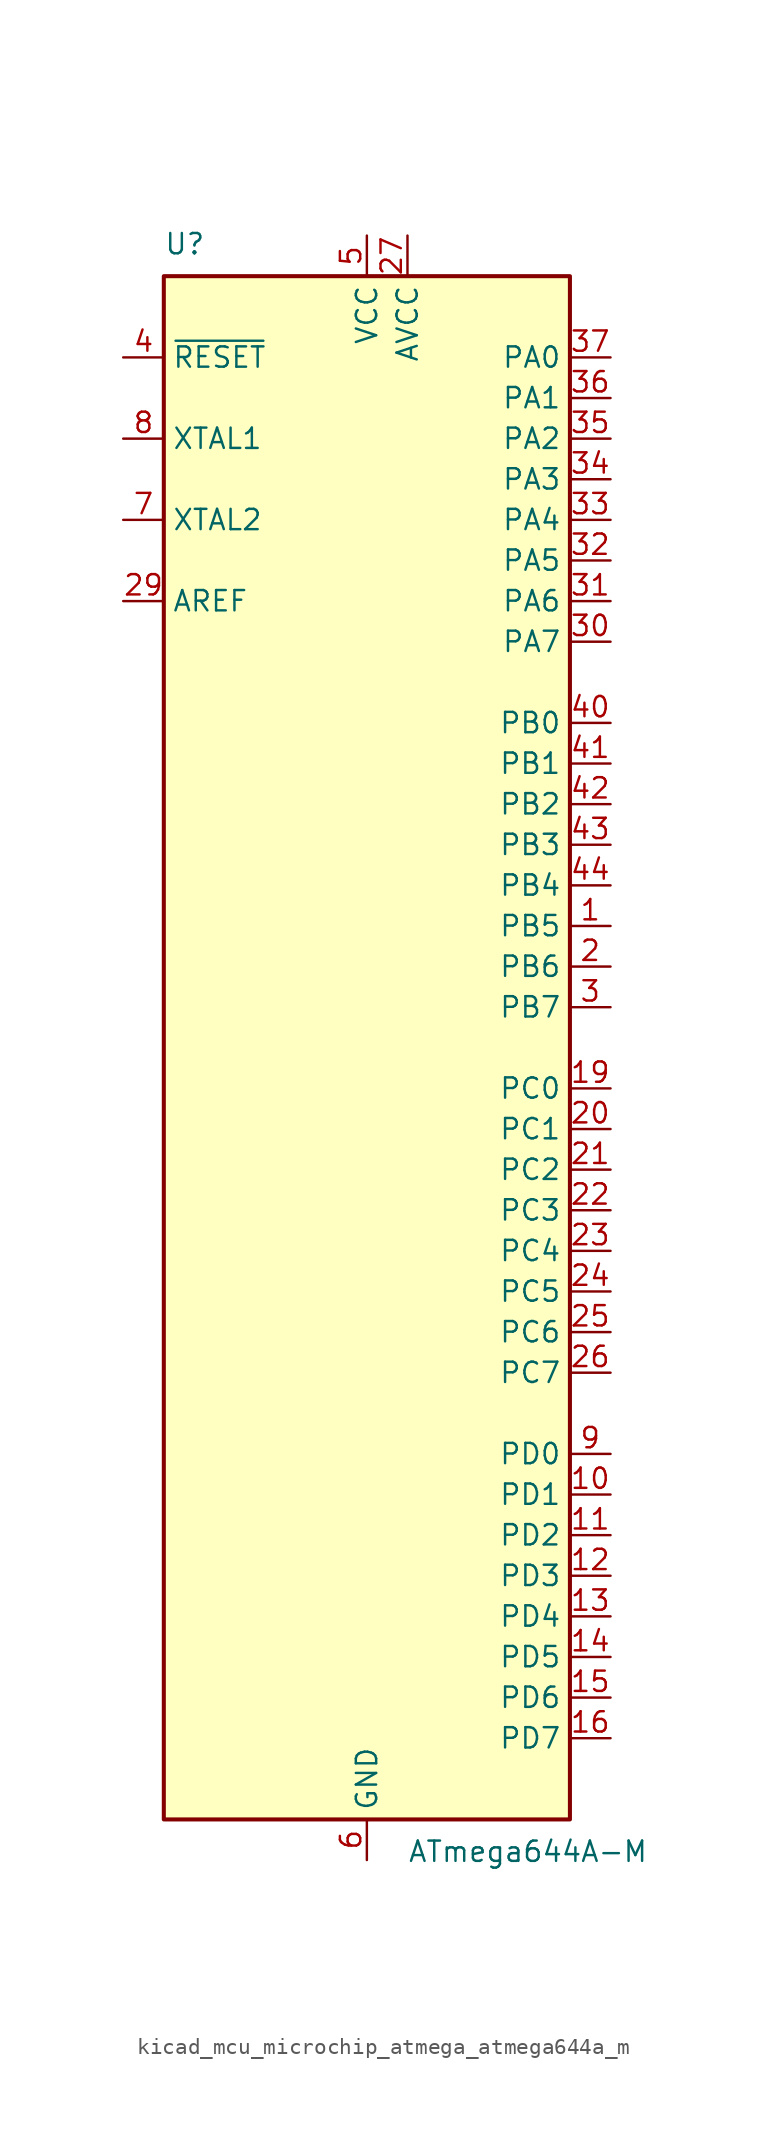
<source format=kicad_sym>
(kicad_symbol_lib
  (version 20220914)
  (generator kicad_symbol_editor)
  (symbol "kicad_mcu_microchip_atmega_atmega644a_m"
    (property "Reference" "U"
      (at -12.7 49.53 0)
      (effects (font (size 1.27 1.27)) (justify left bottom)))
    (property "Value" "ATmega644A-M"
      (at 2.54 -49.53 0)
      (effects (font (size 1.27 1.27)) (justify left top)))
    (symbol "kicad_mcu_microchip_atmega_atmega644a_m_0_1"
      (rectangle (start -12.7 -48.26) (end 12.7 48.26) (stroke (width 0.254) (type default)) (fill (type background))))
    (symbol "kicad_mcu_microchip_atmega_atmega644a_m_1_1"
      (pin bidirectional line (at 15.24 7.62 180) (length 2.54) (name "PB5" (effects (font (size 1.27 1.27)))) (number "1" (effects (font (size 1.27 1.27)))))
      (pin bidirectional line (at 15.24 -27.94 180) (length 2.54) (name "PD1" (effects (font (size 1.27 1.27)))) (number "10" (effects (font (size 1.27 1.27)))))
      (pin bidirectional line (at 15.24 -30.48 180) (length 2.54) (name "PD2" (effects (font (size 1.27 1.27)))) (number "11" (effects (font (size 1.27 1.27)))))
      (pin bidirectional line (at 15.24 -33.02 180) (length 2.54) (name "PD3" (effects (font (size 1.27 1.27)))) (number "12" (effects (font (size 1.27 1.27)))))
      (pin bidirectional line (at 15.24 -35.56 180) (length 2.54) (name "PD4" (effects (font (size 1.27 1.27)))) (number "13" (effects (font (size 1.27 1.27)))))
      (pin bidirectional line (at 15.24 -38.1 180) (length 2.54) (name "PD5" (effects (font (size 1.27 1.27)))) (number "14" (effects (font (size 1.27 1.27)))))
      (pin bidirectional line (at 15.24 -40.64 180) (length 2.54) (name "PD6" (effects (font (size 1.27 1.27)))) (number "15" (effects (font (size 1.27 1.27)))))
      (pin bidirectional line (at 15.24 -43.18 180) (length 2.54) (name "PD7" (effects (font (size 1.27 1.27)))) (number "16" (effects (font (size 1.27 1.27)))))
      (pin passive line (at 0 50.8 270) (length 2.54) hide (name "VCC" (effects (font (size 1.27 1.27)))) (number "17" (effects (font (size 1.27 1.27)))))
      (pin passive line (at 0 -50.8 90) (length 2.54) hide (name "GND" (effects (font (size 1.27 1.27)))) (number "18" (effects (font (size 1.27 1.27)))))
      (pin bidirectional line (at 15.24 -2.54 180) (length 2.54) (name "PC0" (effects (font (size 1.27 1.27)))) (number "19" (effects (font (size 1.27 1.27)))))
      (pin bidirectional line (at 15.24 5.08 180) (length 2.54) (name "PB6" (effects (font (size 1.27 1.27)))) (number "2" (effects (font (size 1.27 1.27)))))
      (pin bidirectional line (at 15.24 -5.08 180) (length 2.54) (name "PC1" (effects (font (size 1.27 1.27)))) (number "20" (effects (font (size 1.27 1.27)))))
      (pin bidirectional line (at 15.24 -7.62 180) (length 2.54) (name "PC2" (effects (font (size 1.27 1.27)))) (number "21" (effects (font (size 1.27 1.27)))))
      (pin bidirectional line (at 15.24 -10.16 180) (length 2.54) (name "PC3" (effects (font (size 1.27 1.27)))) (number "22" (effects (font (size 1.27 1.27)))))
      (pin bidirectional line (at 15.24 -12.7 180) (length 2.54) (name "PC4" (effects (font (size 1.27 1.27)))) (number "23" (effects (font (size 1.27 1.27)))))
      (pin bidirectional line (at 15.24 -15.24 180) (length 2.54) (name "PC5" (effects (font (size 1.27 1.27)))) (number "24" (effects (font (size 1.27 1.27)))))
      (pin bidirectional line (at 15.24 -17.78 180) (length 2.54) (name "PC6" (effects (font (size 1.27 1.27)))) (number "25" (effects (font (size 1.27 1.27)))))
      (pin bidirectional line (at 15.24 -20.32 180) (length 2.54) (name "PC7" (effects (font (size 1.27 1.27)))) (number "26" (effects (font (size 1.27 1.27)))))
      (pin power_in line (at 2.54 50.8 270) (length 2.54) (name "AVCC" (effects (font (size 1.27 1.27)))) (number "27" (effects (font (size 1.27 1.27)))))
      (pin passive line (at 0 -50.8 90) (length 2.54) hide (name "GND" (effects (font (size 1.27 1.27)))) (number "28" (effects (font (size 1.27 1.27)))))
      (pin passive line (at -15.24 27.94 0) (length 2.54) (name "AREF" (effects (font (size 1.27 1.27)))) (number "29" (effects (font (size 1.27 1.27)))))
      (pin bidirectional line (at 15.24 2.54 180) (length 2.54) (name "PB7" (effects (font (size 1.27 1.27)))) (number "3" (effects (font (size 1.27 1.27)))))
      (pin bidirectional line (at 15.24 25.4 180) (length 2.54) (name "PA7" (effects (font (size 1.27 1.27)))) (number "30" (effects (font (size 1.27 1.27)))))
      (pin bidirectional line (at 15.24 27.94 180) (length 2.54) (name "PA6" (effects (font (size 1.27 1.27)))) (number "31" (effects (font (size 1.27 1.27)))))
      (pin bidirectional line (at 15.24 30.48 180) (length 2.54) (name "PA5" (effects (font (size 1.27 1.27)))) (number "32" (effects (font (size 1.27 1.27)))))
      (pin bidirectional line (at 15.24 33.02 180) (length 2.54) (name "PA4" (effects (font (size 1.27 1.27)))) (number "33" (effects (font (size 1.27 1.27)))))
      (pin bidirectional line (at 15.24 35.56 180) (length 2.54) (name "PA3" (effects (font (size 1.27 1.27)))) (number "34" (effects (font (size 1.27 1.27)))))
      (pin bidirectional line (at 15.24 38.1 180) (length 2.54) (name "PA2" (effects (font (size 1.27 1.27)))) (number "35" (effects (font (size 1.27 1.27)))))
      (pin bidirectional line (at 15.24 40.64 180) (length 2.54) (name "PA1" (effects (font (size 1.27 1.27)))) (number "36" (effects (font (size 1.27 1.27)))))
      (pin bidirectional line (at 15.24 43.18 180) (length 2.54) (name "PA0" (effects (font (size 1.27 1.27)))) (number "37" (effects (font (size 1.27 1.27)))))
      (pin passive line (at 0 50.8 270) (length 2.54) hide (name "VCC" (effects (font (size 1.27 1.27)))) (number "38" (effects (font (size 1.27 1.27)))))
      (pin passive line (at 0 -50.8 90) (length 2.54) hide (name "GND" (effects (font (size 1.27 1.27)))) (number "39" (effects (font (size 1.27 1.27)))))
      (pin input line (at -15.24 43.18 0) (length 2.54) (name "~{RESET}" (effects (font (size 1.27 1.27)))) (number "4" (effects (font (size 1.27 1.27)))))
      (pin bidirectional line (at 15.24 20.32 180) (length 2.54) (name "PB0" (effects (font (size 1.27 1.27)))) (number "40" (effects (font (size 1.27 1.27)))))
      (pin bidirectional line (at 15.24 17.78 180) (length 2.54) (name "PB1" (effects (font (size 1.27 1.27)))) (number "41" (effects (font (size 1.27 1.27)))))
      (pin bidirectional line (at 15.24 15.24 180) (length 2.54) (name "PB2" (effects (font (size 1.27 1.27)))) (number "42" (effects (font (size 1.27 1.27)))))
      (pin bidirectional line (at 15.24 12.7 180) (length 2.54) (name "PB3" (effects (font (size 1.27 1.27)))) (number "43" (effects (font (size 1.27 1.27)))))
      (pin bidirectional line (at 15.24 10.16 180) (length 2.54) (name "PB4" (effects (font (size 1.27 1.27)))) (number "44" (effects (font (size 1.27 1.27)))))
      (pin passive line (at 0 -50.8 90) (length 2.54) hide (name "GND" (effects (font (size 1.27 1.27)))) (number "45" (effects (font (size 1.27 1.27)))))
      (pin power_in line (at 0 50.8 270) (length 2.54) (name "VCC" (effects (font (size 1.27 1.27)))) (number "5" (effects (font (size 1.27 1.27)))))
      (pin power_in line (at 0 -50.8 90) (length 2.54) (name "GND" (effects (font (size 1.27 1.27)))) (number "6" (effects (font (size 1.27 1.27)))))
      (pin output line (at -15.24 33.02 0) (length 2.54) (name "XTAL2" (effects (font (size 1.27 1.27)))) (number "7" (effects (font (size 1.27 1.27)))))
      (pin input line (at -15.24 38.1 0) (length 2.54) (name "XTAL1" (effects (font (size 1.27 1.27)))) (number "8" (effects (font (size 1.27 1.27)))))
      (pin bidirectional line (at 15.24 -25.4 180) (length 2.54) (name "PD0" (effects (font (size 1.27 1.27)))) (number "9" (effects (font (size 1.27 1.27))))))))
</source>
